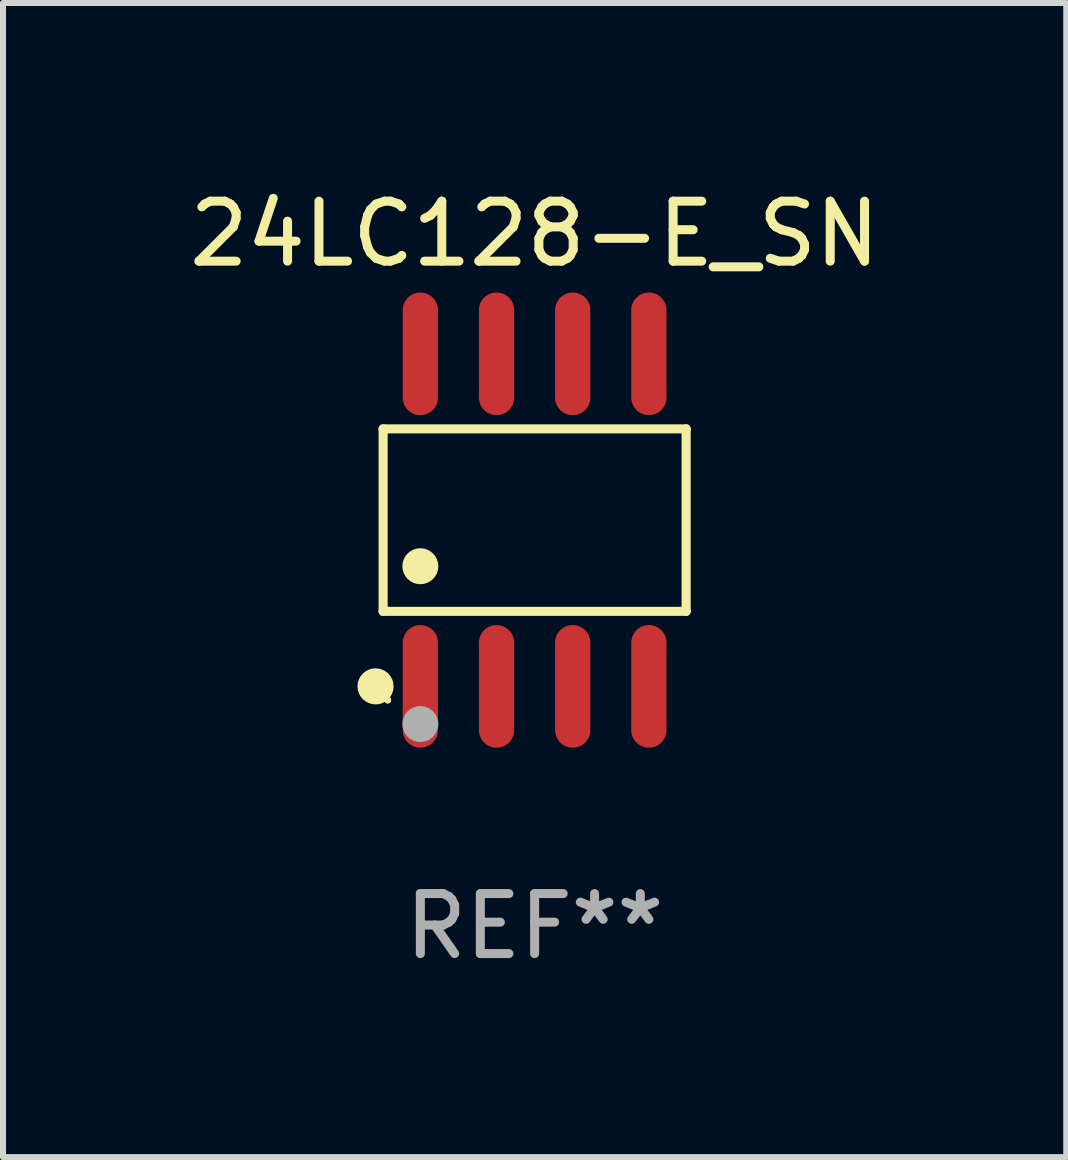
<source format=kicad_pcb>
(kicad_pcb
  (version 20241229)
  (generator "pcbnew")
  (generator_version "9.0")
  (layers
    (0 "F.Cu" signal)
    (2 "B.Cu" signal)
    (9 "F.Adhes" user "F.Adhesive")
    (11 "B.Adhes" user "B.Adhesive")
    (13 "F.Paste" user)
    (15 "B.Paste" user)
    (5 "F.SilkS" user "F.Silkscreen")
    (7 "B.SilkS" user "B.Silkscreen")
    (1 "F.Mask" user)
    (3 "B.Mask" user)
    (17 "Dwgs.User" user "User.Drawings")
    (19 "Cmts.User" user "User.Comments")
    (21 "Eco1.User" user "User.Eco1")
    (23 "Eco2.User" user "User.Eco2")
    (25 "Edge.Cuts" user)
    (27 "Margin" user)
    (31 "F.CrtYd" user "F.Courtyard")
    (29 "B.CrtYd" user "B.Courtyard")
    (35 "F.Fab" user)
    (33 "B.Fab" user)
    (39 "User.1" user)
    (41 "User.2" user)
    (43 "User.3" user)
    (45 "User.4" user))
  (footprint "24LC128-E_SN"
    (layer "F.Cu")
    (at 5.863 5.621)
    (property "Reference" "24LC128-E_SN" (at 0 -4.772 0) (layer "F.SilkS") (effects (font (size 1 1) (thickness 0.15))))
    (attr through_hole)
    (fp_line (start -2.526 -1.521) (end 2.526 -1.521) (stroke (width 0.152) (type solid)) (layer "F.SilkS"))
    (fp_line (start -2.526 1.521) (end -2.526 -1.521) (stroke (width 0.152) (type solid)) (layer "F.SilkS"))
    (fp_line (start 2.526 -1.521) (end 2.526 1.521) (stroke (width 0.152) (type solid)) (layer "F.SilkS"))
    (fp_line (start 2.526 1.521) (end -2.526 1.521) (stroke (width 0.152) (type solid)) (layer "F.SilkS"))
    (fp_circle (center -2.652 2.772) (end -2.501 2.772) (stroke (width 0.3) (type solid)) (fill no) (layer "F.SilkS"))
    (fp_circle (center -2.45 3) (end -2.42 3) (stroke (width 0.06) (type solid)) (fill no) (layer "F.SilkS"))
    (fp_circle (center -1.905 0.769) (end -1.755 0.769) (stroke (width 0.3) (type solid)) (fill no) (layer "F.SilkS"))
    (fp_circle (center -1.905 3.4) (end -1.755 3.4) (stroke (width 0.3) (type solid)) (fill no) (layer "F.Fab"))
    (fp_text user "REF**" (at 0 6.772 0) (layer "F.Fab") (effects (font (size 1 1) (thickness 0.15))))
    (pad "1" smd oval (at -1.905 2.772) (size 0.588 2.045) (layers "F.Cu" "F.Mask" "F.Paste"))
    (pad "2" smd oval (at -0.635 2.772) (size 0.588 2.045) (layers "F.Cu" "F.Mask" "F.Paste"))
    (pad "3" smd oval (at 0.635 2.772) (size 0.588 2.045) (layers "F.Cu" "F.Mask" "F.Paste"))
    (pad "4" smd oval (at 1.905 2.772) (size 0.588 2.045) (layers "F.Cu" "F.Mask" "F.Paste"))
    (pad "5" smd oval (at 1.905 -2.772) (size 0.588 2.045) (layers "F.Cu" "F.Mask" "F.Paste"))
    (pad "6" smd oval (at 0.635 -2.772) (size 0.588 2.045) (layers "F.Cu" "F.Mask" "F.Paste"))
    (pad "7" smd oval (at -0.635 -2.772) (size 0.588 2.045) (layers "F.Cu" "F.Mask" "F.Paste"))
    (pad "8" smd oval (at -1.905 -2.772) (size 0.588 2.045) (layers "F.Cu" "F.Mask" "F.Paste")))
  (gr_rect
    (start -3 -3)
    (end 14.726 16.241)
    (stroke (width 0.1) (type default))
    (fill no)
    (layer "Edge.Cuts")))
</source>
